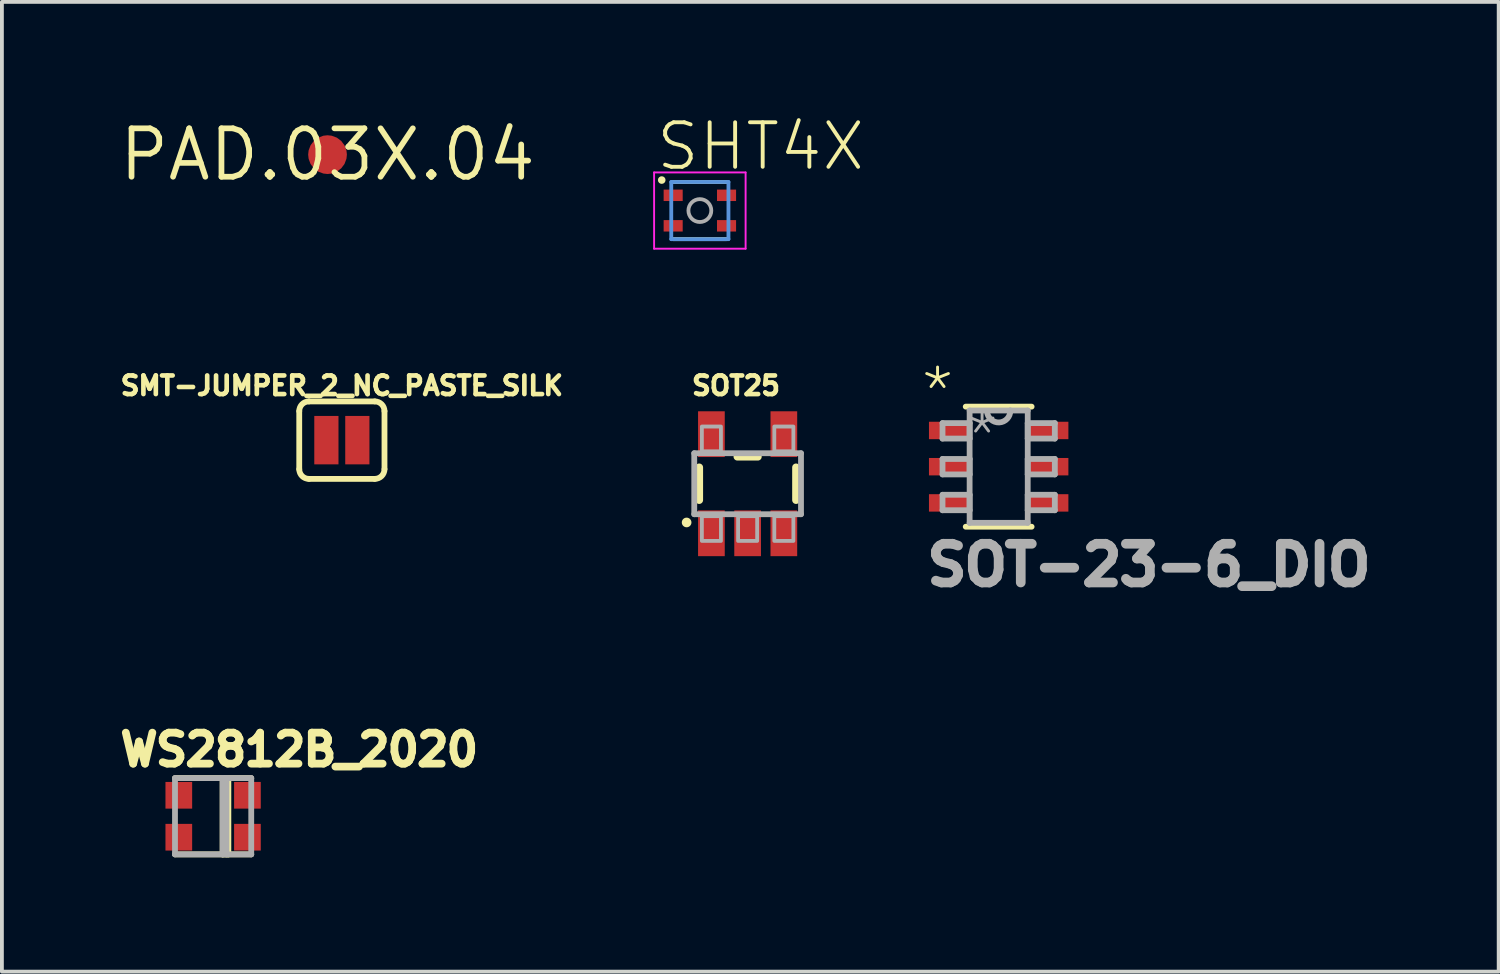
<source format=kicad_pcb>
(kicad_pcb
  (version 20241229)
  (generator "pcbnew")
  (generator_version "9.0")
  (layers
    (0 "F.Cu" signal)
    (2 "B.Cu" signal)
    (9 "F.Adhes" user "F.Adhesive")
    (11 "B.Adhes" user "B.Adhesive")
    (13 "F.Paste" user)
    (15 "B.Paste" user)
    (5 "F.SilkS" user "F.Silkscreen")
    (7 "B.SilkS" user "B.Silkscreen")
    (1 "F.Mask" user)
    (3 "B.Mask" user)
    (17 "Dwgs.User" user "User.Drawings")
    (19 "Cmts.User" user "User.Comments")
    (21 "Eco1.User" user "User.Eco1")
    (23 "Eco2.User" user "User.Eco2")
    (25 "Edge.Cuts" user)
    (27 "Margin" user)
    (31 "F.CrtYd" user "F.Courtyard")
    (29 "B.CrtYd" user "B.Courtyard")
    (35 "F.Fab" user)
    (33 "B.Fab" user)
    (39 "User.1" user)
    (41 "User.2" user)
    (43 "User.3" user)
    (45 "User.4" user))
  (footprint "SHT4X"
    (layer "F.Cu")
    (at 15.307 2.473)
    (property "Reference" "SHT4X" (at -1.2 -1 0) (unlocked yes) (layer "F.SilkS") (effects (font (size 1.168 1.168) (thickness 0.102)) (justify left bottom)))
    (fp_line (start -0.7 -0.75) (end 0.7 -0.75) (stroke (width 0.1) (type solid)) (layer "F.SilkS"))
    (fp_line (start -0.7 0.75) (end 0.7 0.75) (stroke (width 0.1) (type solid)) (layer "F.SilkS"))
    (fp_circle (center -1 -0.8) (end -0.95 -0.8) (stroke (width 0.1) (type solid)) (fill no) (layer "F.SilkS"))
    (fp_line (start -0.75 -0.75) (end -0.75 0.75) (stroke (width 0.1) (type solid)) (layer "Cmts.User"))
    (fp_line (start -0.75 0.75) (end 0.75 0.75) (stroke (width 0.1) (type solid)) (layer "Cmts.User"))
    (fp_line (start 0.75 -0.75) (end -0.75 -0.75) (stroke (width 0.1) (type solid)) (layer "Cmts.User"))
    (fp_line (start 0.75 0.75) (end 0.75 -0.75) (stroke (width 0.1) (type solid)) (layer "Cmts.User"))
    (fp_line (start -1.2 -1) (end -1.2 1) (stroke (width 0.05) (type solid)) (layer "F.CrtYd"))
    (fp_line (start -1.2 1) (end 1.2 1) (stroke (width 0.05) (type solid)) (layer "F.CrtYd"))
    (fp_line (start 1.2 -1) (end -1.2 -1) (stroke (width 0.05) (type solid)) (layer "F.CrtYd"))
    (fp_line (start 1.2 1) (end 1.2 -1) (stroke (width 0.05) (type solid)) (layer "F.CrtYd"))
    (fp_circle (center 0 0) (end 0.3 0) (stroke (width 0.1) (type solid)) (fill no) (layer "F.Fab"))
    (pad "1" smd rect (at -0.7 -0.4) (size 0.5 0.3) (layers "F.Cu" "F.Mask" "F.Paste"))
    (pad "2" smd rect (at -0.7 0.4) (size 0.5 0.3) (layers "F.Cu" "F.Mask" "F.Paste"))
    (pad "3" smd rect (at 0.7 0.4) (size 0.5 0.3) (layers "F.Cu" "F.Mask" "F.Paste"))
    (pad "4" smd rect (at 0.7 -0.4) (size 0.5 0.3) (layers "F.Cu" "F.Mask" "F.Paste")))
  (footprint "SOT25"
    (layer "F.Cu")
    (at 16.56 9.638)
    (property "Reference" "SOT25" (at -1.524 -2.286 0) (unlocked yes) (layer "F.SilkS") (effects (font (size 0.488 0.488) (thickness 0.122)) (justify left bottom)))
    (fp_line (start -1.27 0.429) (end -1.27 -0.429) (stroke (width 0.203) (type solid)) (layer "F.SilkS"))
    (fp_line (start -0.268 -0.709) (end 0.268 -0.709) (stroke (width 0.203) (type solid)) (layer "F.SilkS"))
    (fp_line (start 1.27 -0.429) (end 1.27 0.429) (stroke (width 0.203) (type solid)) (layer "F.SilkS"))
    (fp_circle (center -1.6 1.016) (end -1.537 1.016) (stroke (width 0.127) (type solid)) (fill yes) (layer "F.SilkS"))
    (fp_line (start -1.4 -0.8) (end -1.4 0.8) (stroke (width 0.152) (type solid)) (layer "F.Fab"))
    (fp_line (start -1.4 -0.8) (end 1.4 -0.8) (stroke (width 0.152) (type solid)) (layer "F.Fab"))
    (fp_line (start 1.4 -0.8) (end 1.4 0.8) (stroke (width 0.152) (type solid)) (layer "F.Fab"))
    (fp_line (start 1.4 0.8) (end -1.4 0.8) (stroke (width 0.152) (type solid)) (layer "F.Fab"))
    (fp_poly (pts (xy -1.2 -0.85) (xy -0.7 -0.85) (xy -0.7 -1.5) (xy -1.2 -1.5)) (stroke (width 0.1) (type default)) (fill no) (layer "F.Fab"))
    (fp_poly (pts (xy -1.2 1.5) (xy -0.7 1.5) (xy -0.7 0.85) (xy -1.2 0.85)) (stroke (width 0.1) (type default)) (fill no) (layer "F.Fab"))
    (fp_poly (pts (xy -0.25 1.5) (xy 0.25 1.5) (xy 0.25 0.85) (xy -0.25 0.85)) (stroke (width 0.1) (type default)) (fill no) (layer "F.Fab"))
    (fp_poly (pts (xy 0.7 -0.85) (xy 1.2 -0.85) (xy 1.2 -1.5) (xy 0.7 -1.5)) (stroke (width 0.1) (type default)) (fill no) (layer "F.Fab"))
    (fp_poly (pts (xy 0.7 1.5) (xy 1.2 1.5) (xy 1.2 0.85) (xy 0.7 0.85)) (stroke (width 0.1) (type default)) (fill no) (layer "F.Fab"))
    (pad "1" smd rect (at -0.95 1.3) (size 0.7 1.2) (layers "F.Cu" "F.Mask" "F.Paste"))
    (pad "2" smd rect (at 0 1.3) (size 0.7 1.2) (layers "F.Cu" "F.Mask" "F.Paste"))
    (pad "3" smd rect (at 0.95 1.3) (size 0.7 1.2) (layers "F.Cu" "F.Mask" "F.Paste"))
    (pad "4" smd rect (at 0.95 -1.3) (size 0.7 1.2) (layers "F.Cu" "F.Mask" "F.Paste"))
    (pad "5" smd rect (at -0.95 -1.3) (size 0.7 1.2) (layers "F.Cu" "F.Mask" "F.Paste")))
  (footprint "SMT-JUMPER_2_NC_PASTE_SILK"
    (layer "F.Cu")
    (at 5.917 8.495)
    (property "Reference" "SMT-JUMPER_2_NC_PASTE_SILK" (at 0 -1.143 0) (unlocked yes) (layer "F.SilkS") (effects (font (size 0.488 0.488) (thickness 0.122)) (justify bottom)))
    (fp_line (start -1.118 0.762) (end -1.118 -0.762) (stroke (width 0.152) (type solid)) (layer "F.SilkS"))
    (fp_line (start -0.864 -1.016) (end 0.864 -1.016) (stroke (width 0.152) (type solid)) (layer "F.SilkS"))
    (fp_line (start 0.864 1.016) (end -0.864 1.016) (stroke (width 0.152) (type solid)) (layer "F.SilkS"))
    (fp_line (start 1.118 0.762) (end 1.118 -0.762) (stroke (width 0.152) (type solid)) (layer "F.SilkS"))
    (fp_arc (start -1.1176 -0.762) (mid -1.043205 -0.941605) (end -0.8636 -1.016) (stroke (width 0.1524) (type solid)) (layer "F.SilkS"))
    (fp_arc (start -0.8636 1.016) (mid -1.043205 0.941605) (end -1.1176 0.762) (stroke (width 0.1524) (type solid)) (layer "F.SilkS"))
    (fp_arc (start 0.8636 -1.016) (mid 1.043205 -0.941605) (end 1.1176 -0.762) (stroke (width 0.1524) (type solid)) (layer "F.SilkS"))
    (fp_arc (start 1.1176 0.762) (mid 1.043205 0.941605) (end 0.8636 1.016) (stroke (width 0.1524) (type solid)) (layer "F.SilkS"))
    (fp_poly (pts (xy -1.245 1.118) (xy 1.245 1.118) (xy 1.245 -1.118) (xy -1.245 -1.118)) (stroke (width 0) (type default)) (fill yes) (layer "F.Paste"))
    (pad "1" smd rect (at -0.406 0) (size 0.635 1.27) (layers "F.Cu" "F.Mask"))
    (pad "2" smd rect (at 0.406 0) (size 0.635 1.27) (layers "F.Cu" "F.Mask")))
  (footprint "SOT-23-6_DIO"
    (layer "F.Cu")
    (at 23.145 9.191)
    (property "Reference" "SOT-23-6_DIO" (at -2.007 3.175 0) (unlocked yes) (layer "F.Fab") (effects (font (size 1.016 1.016) (thickness 0.254)) (justify left bottom)))
    (fp_line (start -0.864 1.575) (end 0.864 1.575) (stroke (width 0.152) (type solid)) (layer "F.SilkS"))
    (fp_line (start 0.864 -1.575) (end -0.864 -1.575) (stroke (width 0.152) (type solid)) (layer "F.SilkS"))
    (fp_line (start -1.473 -1.143) (end -1.473 -0.737) (stroke (width 0.152) (type solid)) (layer "F.Fab"))
    (fp_line (start -1.473 -0.737) (end -0.762 -0.737) (stroke (width 0.152) (type solid)) (layer "F.Fab"))
    (fp_line (start -1.473 -0.203) (end -1.473 0.203) (stroke (width 0.152) (type solid)) (layer "F.Fab"))
    (fp_line (start -1.473 0.203) (end -0.762 0.203) (stroke (width 0.152) (type solid)) (layer "F.Fab"))
    (fp_line (start -1.473 0.737) (end -1.473 1.143) (stroke (width 0.152) (type solid)) (layer "F.Fab"))
    (fp_line (start -1.473 1.143) (end -0.762 1.143) (stroke (width 0.152) (type solid)) (layer "F.Fab"))
    (fp_line (start -0.762 -1.473) (end -0.762 1.473) (stroke (width 0.152) (type solid)) (layer "F.Fab"))
    (fp_line (start -0.762 -1.143) (end -1.473 -1.143) (stroke (width 0.152) (type solid)) (layer "F.Fab"))
    (fp_line (start -0.762 -0.737) (end -0.762 -1.143) (stroke (width 0.152) (type solid)) (layer "F.Fab"))
    (fp_line (start -0.762 -0.203) (end -1.473 -0.203) (stroke (width 0.152) (type solid)) (layer "F.Fab"))
    (fp_line (start -0.762 0.203) (end -0.762 -0.203) (stroke (width 0.152) (type solid)) (layer "F.Fab"))
    (fp_line (start -0.762 0.737) (end -1.473 0.737) (stroke (width 0.152) (type solid)) (layer "F.Fab"))
    (fp_line (start -0.762 1.143) (end -0.762 0.737) (stroke (width 0.152) (type solid)) (layer "F.Fab"))
    (fp_line (start -0.762 1.473) (end 0.762 1.473) (stroke (width 0.152) (type solid)) (layer "F.Fab"))
    (fp_line (start 0.305 -1.473) (end -0.762 -1.473) (stroke (width 0.152) (type solid)) (layer "F.Fab"))
    (fp_line (start 0.762 -1.473) (end 0.305 -1.473) (stroke (width 0.152) (type solid)) (layer "F.Fab"))
    (fp_line (start 0.762 -1.143) (end 0.762 -0.737) (stroke (width 0.152) (type solid)) (layer "F.Fab"))
    (fp_line (start 0.762 -0.737) (end 1.473 -0.737) (stroke (width 0.152) (type solid)) (layer "F.Fab"))
    (fp_line (start 0.762 -0.203) (end 0.762 0.203) (stroke (width 0.152) (type solid)) (layer "F.Fab"))
    (fp_line (start 0.762 0.203) (end 1.473 0.203) (stroke (width 0.152) (type solid)) (layer "F.Fab"))
    (fp_line (start 0.762 0.737) (end 0.762 1.143) (stroke (width 0.152) (type solid)) (layer "F.Fab"))
    (fp_line (start 0.762 1.143) (end 1.473 1.143) (stroke (width 0.152) (type solid)) (layer "F.Fab"))
    (fp_line (start 0.762 1.473) (end 0.762 -1.473) (stroke (width 0.152) (type solid)) (layer "F.Fab"))
    (fp_line (start 1.473 -1.143) (end 0.762 -1.143) (stroke (width 0.152) (type solid)) (layer "F.Fab"))
    (fp_line (start 1.473 -0.737) (end 1.473 -1.143) (stroke (width 0.152) (type solid)) (layer "F.Fab"))
    (fp_line (start 1.473 -0.203) (end 0.762 -0.203) (stroke (width 0.152) (type solid)) (layer "F.Fab"))
    (fp_line (start 1.473 0.203) (end 1.473 -0.203) (stroke (width 0.152) (type solid)) (layer "F.Fab"))
    (fp_line (start 1.473 0.737) (end 0.762 0.737) (stroke (width 0.152) (type solid)) (layer "F.Fab"))
    (fp_line (start 1.473 1.143) (end 1.473 0.737) (stroke (width 0.152) (type solid)) (layer "F.Fab"))
    (fp_arc (start 0.3048 -1.4732) (mid 0.0127 -1.1557) (end -0.3048 -1.4478) (stroke (width 0.1524) (type solid)) (layer "F.Fab"))
    (fp_text user "*" (at -2.108 -1.27 0) (layer "F.SilkS") (effects (font (size 1.194 1.194) (thickness 0.076)) (justify left bottom)))
    (fp_text user "*" (at -0.94 -0.102 0) (layer "F.Fab") (effects (font (size 1.194 1.194) (thickness 0.076)) (justify left bottom)))
    (pad "1" smd rect (at -1.289 -0.95) (size 1.079 0.457) (layers "F.Cu" "F.Mask" "F.Paste"))
    (pad "2" smd rect (at -1.289 0) (size 1.079 0.457) (layers "F.Cu" "F.Mask" "F.Paste"))
    (pad "3" smd rect (at -1.289 0.95) (size 1.079 0.457) (layers "F.Cu" "F.Mask" "F.Paste"))
    (pad "4" smd rect (at 1.289 0.95) (size 1.079 0.457) (layers "F.Cu" "F.Mask" "F.Paste"))
    (pad "5" smd rect (at 1.289 0) (size 1.079 0.457) (layers "F.Cu" "F.Mask" "F.Paste"))
    (pad "6" smd rect (at 1.289 -0.95) (size 1.079 0.457) (layers "F.Cu" "F.Mask" "F.Paste")))
  (footprint "PAD.03X.04"
    (layer "F.Cu")
    (at 5.541 1.006)
    (property "Reference" "PAD.03X.04" (at 0 0 0) (unlocked yes) (layer "F.SilkS") (effects (font (size 1.27 1.27) (thickness 0.15))))
    (pad "P$1" smd roundrect (at 0 0) (size 1.016 1.016) (layers "F.Cu" "F.Mask") (roundrect_rratio 0.5)))
  (footprint "WS2812B_2020"
    (layer "F.Cu")
    (at 2.54 18.36)
    (property "Reference" "WS2812B_2020" (at -2.54 -1.27 0) (unlocked yes) (layer "F.SilkS") (effects (font (size 0.813 0.813) (thickness 0.203)) (justify left bottom)))
    (fp_line (start -1 -1) (end 1 -1) (stroke (width 0.152) (type solid)) (layer "F.SilkS"))
    (fp_line (start -1 1) (end 1 1) (stroke (width 0.152) (type solid)) (layer "F.SilkS"))
    (fp_line (start 0.25 1) (end 0.25 -0.95) (stroke (width 0.152) (type solid)) (layer "F.SilkS"))
    (fp_line (start 0.4 -0.95) (end 0.4 1) (stroke (width 0.152) (type solid)) (layer "F.SilkS"))
    (fp_line (start 0.4 1) (end 0.25 1) (stroke (width 0.152) (type solid)) (layer "F.SilkS"))
    (fp_line (start -1 -1) (end 0.25 -1) (stroke (width 0.152) (type solid)) (layer "F.Fab"))
    (fp_line (start -1 1) (end -1 -1) (stroke (width 0.152) (type solid)) (layer "F.Fab"))
    (fp_line (start 0.25 -1) (end 0.25 1) (stroke (width 0.152) (type solid)) (layer "F.Fab"))
    (fp_line (start 0.25 -1) (end 0.35 -1) (stroke (width 0.152) (type solid)) (layer "F.Fab"))
    (fp_line (start 0.25 1) (end -1 1) (stroke (width 0.152) (type solid)) (layer "F.Fab"))
    (fp_line (start 0.35 -1) (end 1 -1) (stroke (width 0.152) (type solid)) (layer "F.Fab"))
    (fp_line (start 0.35 1) (end 0.25 1) (stroke (width 0.152) (type solid)) (layer "F.Fab"))
    (fp_line (start 0.35 1) (end 0.35 -1) (stroke (width 0.152) (type solid)) (layer "F.Fab"))
    (fp_line (start 1 -1) (end 1 1) (stroke (width 0.152) (type solid)) (layer "F.Fab"))
    (fp_line (start 1 1) (end 0.35 1) (stroke (width 0.152) (type solid)) (layer "F.Fab"))
    (pad "1" smd rect (at 0.9 0.55) (size 0.7 0.7) (layers "F.Cu" "F.Mask" "F.Paste"))
    (pad "2" smd rect (at 0.9 -0.55) (size 0.7 0.7) (layers "F.Cu" "F.Mask" "F.Paste"))
    (pad "3" smd rect (at -0.9 -0.55) (size 0.7 0.7) (layers "F.Cu" "F.Mask" "F.Paste"))
    (pad "4" smd rect (at -0.9 0.55) (size 0.7 0.7) (layers "F.Cu" "F.Mask" "F.Paste")))
  (gr_rect
    (start -3 -3)
    (end 36.26 22.436)
    (stroke (width 0.1) (type default))
    (fill no)
    (layer "Edge.Cuts")))
</source>
